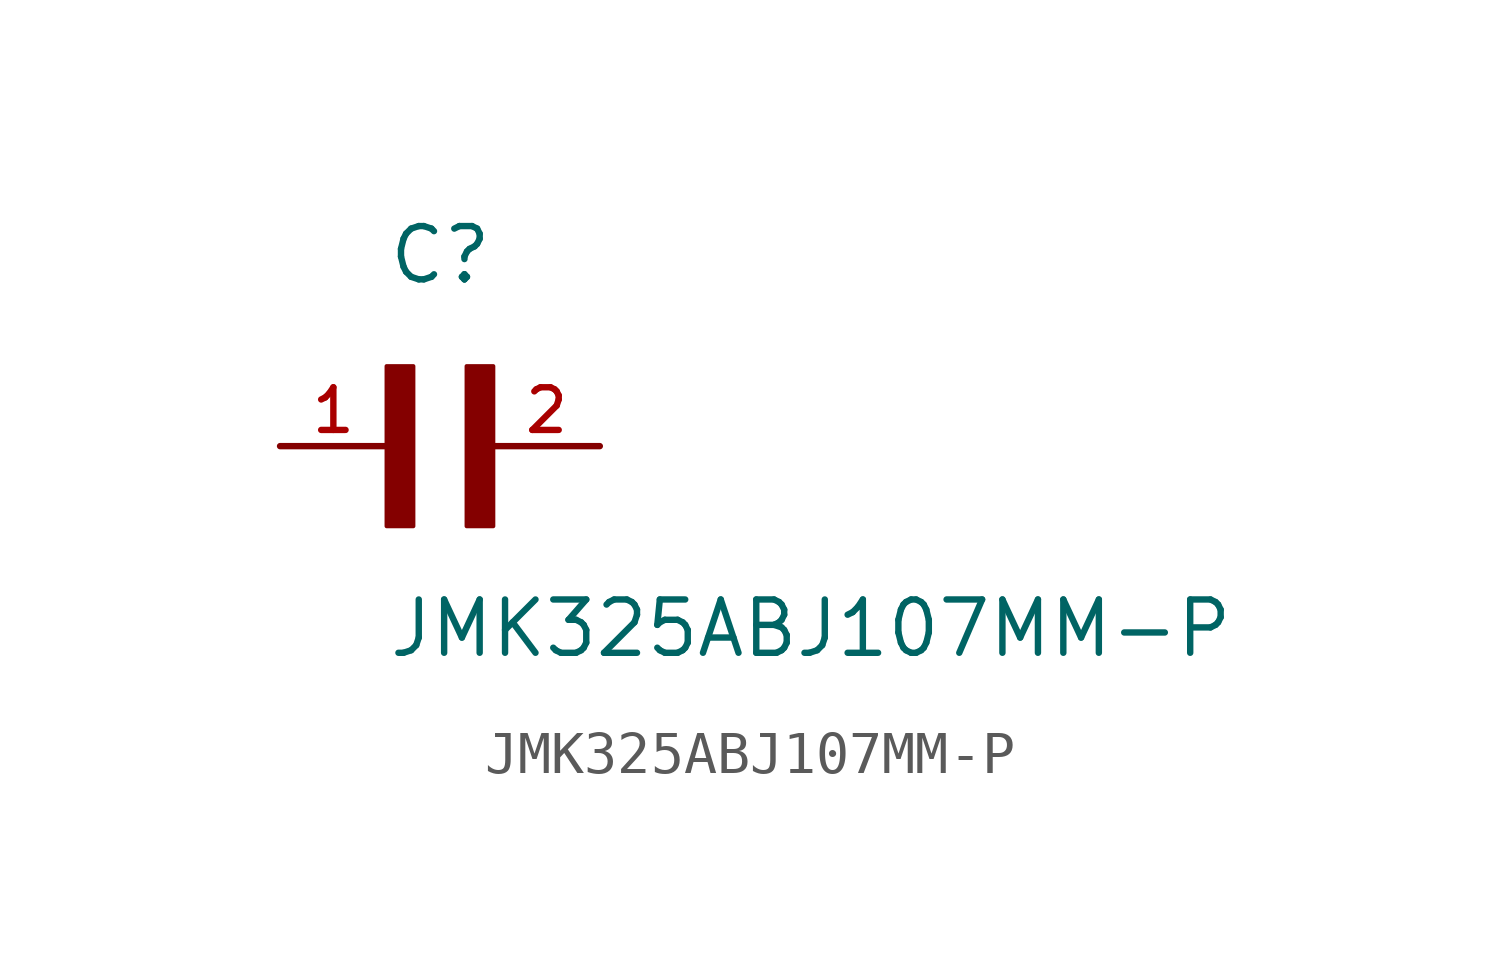
<source format=kicad_sym>
(kicad_symbol_lib
  (version 20211014)
  (generator kicad_symbol_editor)
  (symbol "JMK325ABJ107MM-P"
    (pin_names
      (offset 1.016))
    (property "Reference" "C"
      (at 0.0 3.811 0)
      (effects (font (size 1.27 1.27)) (justify bottom left)))
    (property "Value" "JMK325ABJ107MM-P"
      (at 0.0 -5.088 0)
      (effects (font (size 1.27 1.27)) (justify bottom left)))
    (symbol "JMK325ABJ107MM-P_0_0"
      (rectangle (start 0.0 -1.907) (end 0.635 1.905) (stroke (width 0.1)) (fill (type outline)))
      (rectangle (start 1.907 -1.907) (end 2.54 1.905) (stroke (width 0.1)) (fill (type outline)))
      (pin passive line (at 5.08 0.0 180.0) (length 2.54) (name "~" (effects (font (size 1.016 1.016)))) (number "2" (effects (font (size 1.016 1.016)))))
      (pin passive line (at -2.54 0.0 0) (length 2.54) (name "~" (effects (font (size 1.016 1.016)))) (number "1" (effects (font (size 1.016 1.016))))))))
</source>
